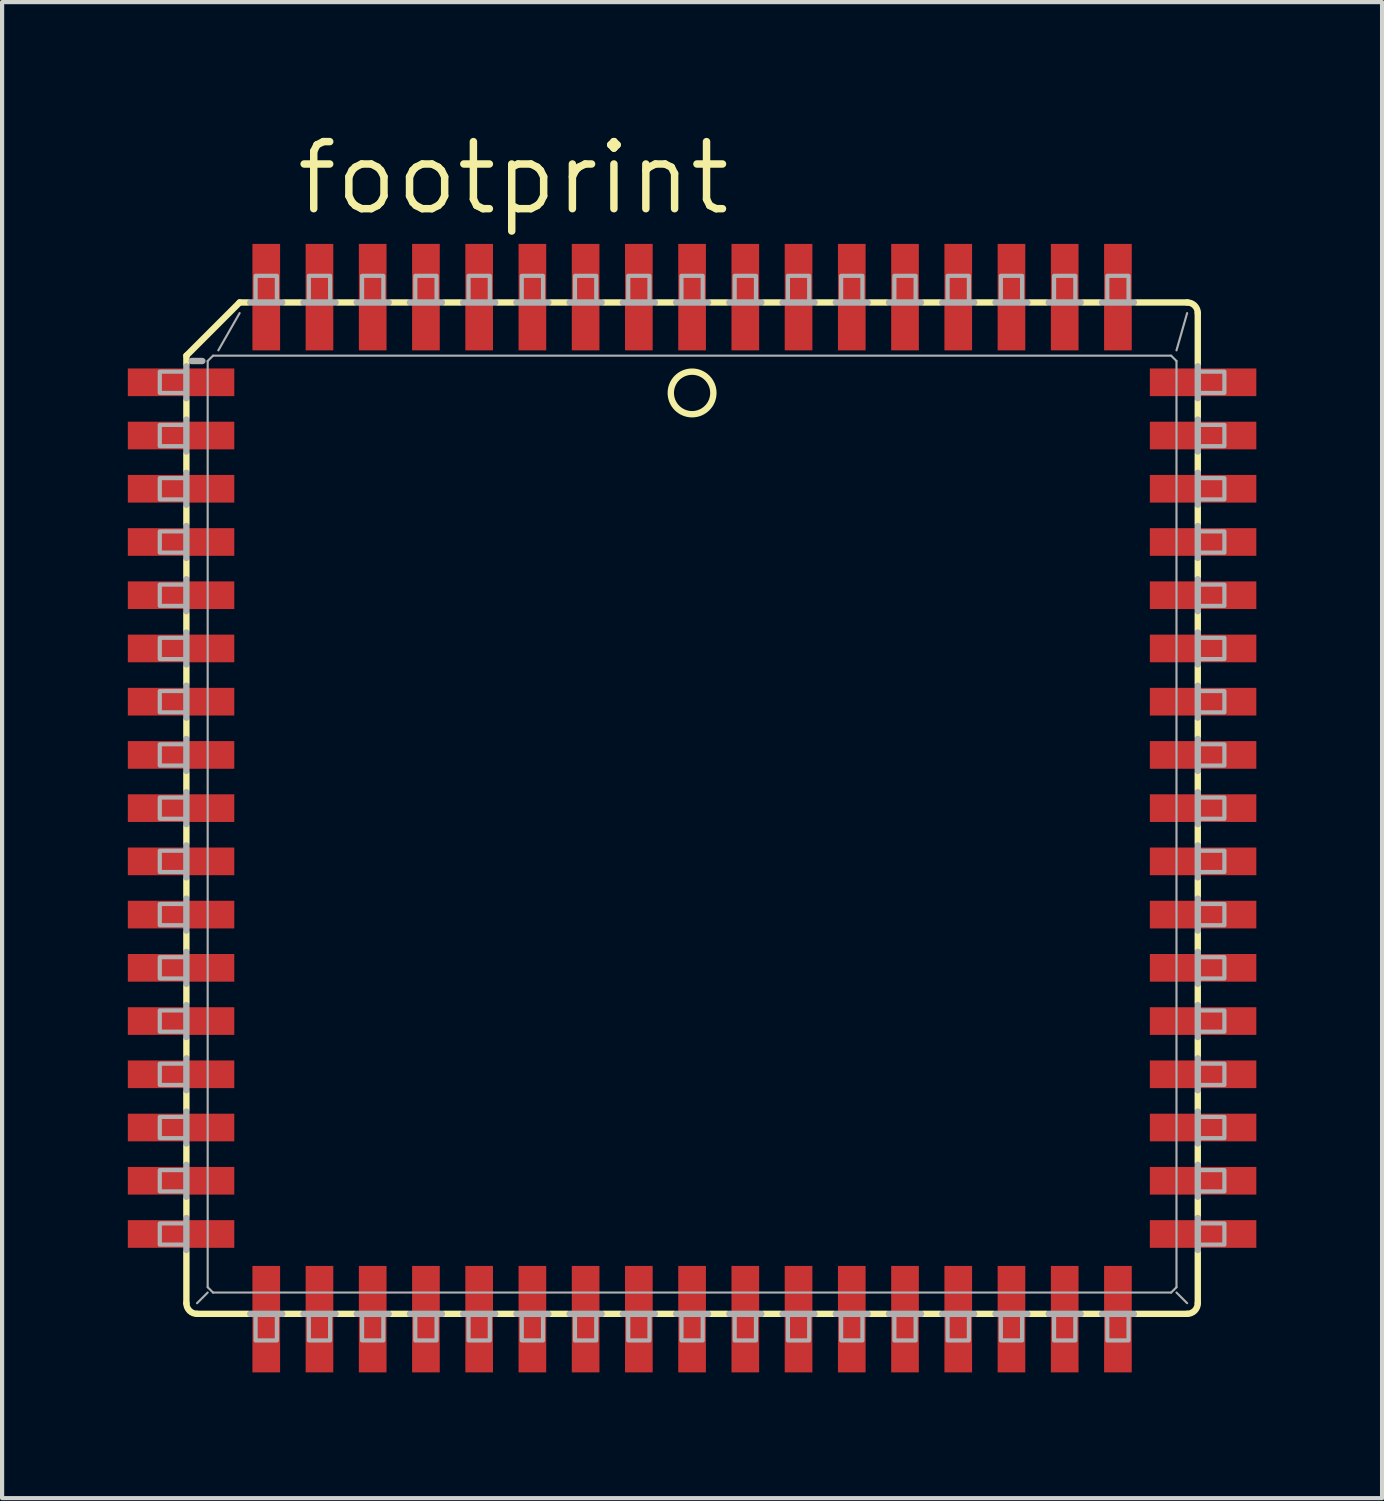
<source format=kicad_pcb>
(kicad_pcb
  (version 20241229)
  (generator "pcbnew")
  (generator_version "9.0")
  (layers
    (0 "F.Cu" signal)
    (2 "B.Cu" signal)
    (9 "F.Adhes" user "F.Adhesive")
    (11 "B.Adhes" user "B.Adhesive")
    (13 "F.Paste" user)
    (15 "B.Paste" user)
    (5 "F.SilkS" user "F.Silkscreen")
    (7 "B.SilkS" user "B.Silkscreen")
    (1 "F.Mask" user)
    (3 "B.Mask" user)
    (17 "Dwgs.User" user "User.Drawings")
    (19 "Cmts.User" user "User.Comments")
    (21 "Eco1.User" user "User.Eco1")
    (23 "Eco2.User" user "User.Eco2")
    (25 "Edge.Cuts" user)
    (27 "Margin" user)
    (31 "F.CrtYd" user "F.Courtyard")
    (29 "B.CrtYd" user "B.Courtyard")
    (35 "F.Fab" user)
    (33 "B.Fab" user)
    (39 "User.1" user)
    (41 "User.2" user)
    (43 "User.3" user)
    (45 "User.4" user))
  (footprint "footprint"
    (layer "F.Cu")
    (at 13.462 16.231)
    (property "Reference" "footprint" (at -9.525 -14.097 0) (layer "F.SilkS") (effects (font (size 1.6 1.6) (thickness 0.178)) (justify left bottom)))
    (fp_line (start -12.065 -10.795) (end -12.065 -10.592) (stroke (width 0.152) (type solid)) (layer "F.SilkS"))
    (fp_line (start -12.065 -10.795) (end -10.795 -12.065) (stroke (width 0.152) (type solid)) (layer "F.SilkS"))
    (fp_line (start -12.065 -9.728) (end -12.065 -9.322) (stroke (width 0.152) (type solid)) (layer "F.SilkS"))
    (fp_line (start -12.065 -8.458) (end -12.065 -8.052) (stroke (width 0.152) (type solid)) (layer "F.SilkS"))
    (fp_line (start -12.065 -7.188) (end -12.065 -6.782) (stroke (width 0.152) (type solid)) (layer "F.SilkS"))
    (fp_line (start -12.065 -5.918) (end -12.065 -5.512) (stroke (width 0.152) (type solid)) (layer "F.SilkS"))
    (fp_line (start -12.065 -4.648) (end -12.065 -4.242) (stroke (width 0.152) (type solid)) (layer "F.SilkS"))
    (fp_line (start -12.065 -3.378) (end -12.065 -2.972) (stroke (width 0.152) (type solid)) (layer "F.SilkS"))
    (fp_line (start -12.065 -1.702) (end -12.065 -2.108) (stroke (width 0.152) (type solid)) (layer "F.SilkS"))
    (fp_line (start -12.065 -0.838) (end -12.065 -0.432) (stroke (width 0.152) (type solid)) (layer "F.SilkS"))
    (fp_line (start -12.065 0.838) (end -12.065 0.432) (stroke (width 0.152) (type solid)) (layer "F.SilkS"))
    (fp_line (start -12.065 1.702) (end -12.065 2.108) (stroke (width 0.152) (type solid)) (layer "F.SilkS"))
    (fp_line (start -12.065 3.378) (end -12.065 2.972) (stroke (width 0.152) (type solid)) (layer "F.SilkS"))
    (fp_line (start -12.065 4.242) (end -12.065 4.648) (stroke (width 0.152) (type solid)) (layer "F.SilkS"))
    (fp_line (start -12.065 5.918) (end -12.065 5.512) (stroke (width 0.152) (type solid)) (layer "F.SilkS"))
    (fp_line (start -12.065 6.782) (end -12.065 7.188) (stroke (width 0.152) (type solid)) (layer "F.SilkS"))
    (fp_line (start -12.065 8.458) (end -12.065 8.052) (stroke (width 0.152) (type solid)) (layer "F.SilkS"))
    (fp_line (start -12.065 9.322) (end -12.065 9.728) (stroke (width 0.152) (type solid)) (layer "F.SilkS"))
    (fp_line (start -12.065 11.811) (end -12.065 10.592) (stroke (width 0.152) (type solid)) (layer "F.SilkS"))
    (fp_line (start -11.811 12.065) (end -10.592 12.065) (stroke (width 0.152) (type solid)) (layer "F.SilkS"))
    (fp_line (start -10.795 -12.065) (end -10.592 -12.065) (stroke (width 0.152) (type solid)) (layer "F.SilkS"))
    (fp_line (start -9.728 12.065) (end -9.322 12.065) (stroke (width 0.152) (type solid)) (layer "F.SilkS"))
    (fp_line (start -9.322 -12.065) (end -9.728 -12.065) (stroke (width 0.152) (type solid)) (layer "F.SilkS"))
    (fp_line (start -8.458 -12.065) (end -8.052 -12.065) (stroke (width 0.152) (type solid)) (layer "F.SilkS"))
    (fp_line (start -8.458 12.065) (end -8.052 12.065) (stroke (width 0.152) (type solid)) (layer "F.SilkS"))
    (fp_line (start -7.188 12.065) (end -6.782 12.065) (stroke (width 0.152) (type solid)) (layer "F.SilkS"))
    (fp_line (start -6.782 -12.065) (end -7.188 -12.065) (stroke (width 0.152) (type solid)) (layer "F.SilkS"))
    (fp_line (start -5.918 -12.065) (end -5.512 -12.065) (stroke (width 0.152) (type solid)) (layer "F.SilkS"))
    (fp_line (start -5.918 12.065) (end -5.512 12.065) (stroke (width 0.152) (type solid)) (layer "F.SilkS"))
    (fp_line (start -4.648 12.065) (end -4.242 12.065) (stroke (width 0.152) (type solid)) (layer "F.SilkS"))
    (fp_line (start -4.242 -12.065) (end -4.648 -12.065) (stroke (width 0.152) (type solid)) (layer "F.SilkS"))
    (fp_line (start -3.378 -12.065) (end -2.972 -12.065) (stroke (width 0.152) (type solid)) (layer "F.SilkS"))
    (fp_line (start -3.378 12.065) (end -2.972 12.065) (stroke (width 0.152) (type solid)) (layer "F.SilkS"))
    (fp_line (start -1.702 -12.065) (end -2.108 -12.065) (stroke (width 0.152) (type solid)) (layer "F.SilkS"))
    (fp_line (start -1.702 12.065) (end -2.108 12.065) (stroke (width 0.152) (type solid)) (layer "F.SilkS"))
    (fp_line (start -0.838 -12.065) (end -0.432 -12.065) (stroke (width 0.152) (type solid)) (layer "F.SilkS"))
    (fp_line (start -0.838 12.065) (end -0.432 12.065) (stroke (width 0.152) (type solid)) (layer "F.SilkS"))
    (fp_line (start 0.838 -12.065) (end 0.432 -12.065) (stroke (width 0.152) (type solid)) (layer "F.SilkS"))
    (fp_line (start 0.838 12.065) (end 0.432 12.065) (stroke (width 0.152) (type solid)) (layer "F.SilkS"))
    (fp_line (start 1.702 -12.065) (end 2.108 -12.065) (stroke (width 0.152) (type solid)) (layer "F.SilkS"))
    (fp_line (start 1.702 12.065) (end 2.108 12.065) (stroke (width 0.152) (type solid)) (layer "F.SilkS"))
    (fp_line (start 3.378 -12.065) (end 2.972 -12.065) (stroke (width 0.152) (type solid)) (layer "F.SilkS"))
    (fp_line (start 3.378 12.065) (end 2.972 12.065) (stroke (width 0.152) (type solid)) (layer "F.SilkS"))
    (fp_line (start 4.242 12.065) (end 4.648 12.065) (stroke (width 0.152) (type solid)) (layer "F.SilkS"))
    (fp_line (start 4.648 -12.065) (end 4.242 -12.065) (stroke (width 0.152) (type solid)) (layer "F.SilkS"))
    (fp_line (start 5.918 -12.065) (end 5.512 -12.065) (stroke (width 0.152) (type solid)) (layer "F.SilkS"))
    (fp_line (start 5.918 12.065) (end 5.512 12.065) (stroke (width 0.152) (type solid)) (layer "F.SilkS"))
    (fp_line (start 6.782 12.065) (end 7.188 12.065) (stroke (width 0.152) (type solid)) (layer "F.SilkS"))
    (fp_line (start 7.188 -12.065) (end 6.782 -12.065) (stroke (width 0.152) (type solid)) (layer "F.SilkS"))
    (fp_line (start 8.458 -12.065) (end 8.052 -12.065) (stroke (width 0.152) (type solid)) (layer "F.SilkS"))
    (fp_line (start 8.458 12.065) (end 8.052 12.065) (stroke (width 0.152) (type solid)) (layer "F.SilkS"))
    (fp_line (start 9.322 12.065) (end 9.728 12.065) (stroke (width 0.152) (type solid)) (layer "F.SilkS"))
    (fp_line (start 9.728 -12.065) (end 9.322 -12.065) (stroke (width 0.152) (type solid)) (layer "F.SilkS"))
    (fp_line (start 11.811 -12.065) (end 10.592 -12.065) (stroke (width 0.152) (type solid)) (layer "F.SilkS"))
    (fp_line (start 11.811 12.065) (end 10.592 12.065) (stroke (width 0.152) (type solid)) (layer "F.SilkS"))
    (fp_line (start 12.065 -11.811) (end 12.065 -10.592) (stroke (width 0.152) (type solid)) (layer "F.SilkS"))
    (fp_line (start 12.065 -9.322) (end 12.065 -9.728) (stroke (width 0.152) (type solid)) (layer "F.SilkS"))
    (fp_line (start 12.065 -8.458) (end 12.065 -8.052) (stroke (width 0.152) (type solid)) (layer "F.SilkS"))
    (fp_line (start 12.065 -6.782) (end 12.065 -7.188) (stroke (width 0.152) (type solid)) (layer "F.SilkS"))
    (fp_line (start 12.065 -5.918) (end 12.065 -5.512) (stroke (width 0.152) (type solid)) (layer "F.SilkS"))
    (fp_line (start 12.065 -4.242) (end 12.065 -4.648) (stroke (width 0.152) (type solid)) (layer "F.SilkS"))
    (fp_line (start 12.065 -3.378) (end 12.065 -2.972) (stroke (width 0.152) (type solid)) (layer "F.SilkS"))
    (fp_line (start 12.065 -1.702) (end 12.065 -2.108) (stroke (width 0.152) (type solid)) (layer "F.SilkS"))
    (fp_line (start 12.065 -0.838) (end 12.065 -0.432) (stroke (width 0.152) (type solid)) (layer "F.SilkS"))
    (fp_line (start 12.065 0.838) (end 12.065 0.432) (stroke (width 0.152) (type solid)) (layer "F.SilkS"))
    (fp_line (start 12.065 1.702) (end 12.065 2.108) (stroke (width 0.152) (type solid)) (layer "F.SilkS"))
    (fp_line (start 12.065 3.378) (end 12.065 2.972) (stroke (width 0.152) (type solid)) (layer "F.SilkS"))
    (fp_line (start 12.065 4.648) (end 12.065 4.242) (stroke (width 0.152) (type solid)) (layer "F.SilkS"))
    (fp_line (start 12.065 5.918) (end 12.065 5.512) (stroke (width 0.152) (type solid)) (layer "F.SilkS"))
    (fp_line (start 12.065 7.188) (end 12.065 6.782) (stroke (width 0.152) (type solid)) (layer "F.SilkS"))
    (fp_line (start 12.065 8.458) (end 12.065 8.052) (stroke (width 0.152) (type solid)) (layer "F.SilkS"))
    (fp_line (start 12.065 9.728) (end 12.065 9.322) (stroke (width 0.152) (type solid)) (layer "F.SilkS"))
    (fp_line (start 12.065 11.811) (end 12.065 10.592) (stroke (width 0.152) (type solid)) (layer "F.SilkS"))
    (fp_arc (start -11.811 12.065) (mid -11.990605 11.990605) (end -12.065 11.811) (stroke (width 0.1524) (type solid)) (layer "F.SilkS"))
    (fp_arc (start 11.811 -12.065) (mid 11.990605 -11.990605) (end 12.065 -11.811) (stroke (width 0.1524) (type solid)) (layer "F.SilkS"))
    (fp_arc (start 12.065 11.811) (mid 11.990605 11.990605) (end 11.811 12.065) (stroke (width 0.1524) (type solid)) (layer "F.SilkS"))
    (fp_circle (center 0 -9.906) (end 0.508 -9.906) (stroke (width 0.152) (type solid)) (fill no) (layer "F.SilkS"))
    (fp_line (start -12.065 -10.541) (end -12.065 -9.779) (stroke (width 0.152) (type solid)) (layer "F.Fab"))
    (fp_line (start -12.065 -9.271) (end -12.065 -8.509) (stroke (width 0.152) (type solid)) (layer "F.Fab"))
    (fp_line (start -12.065 -8.001) (end -12.065 -7.239) (stroke (width 0.152) (type solid)) (layer "F.Fab"))
    (fp_line (start -12.065 -6.731) (end -12.065 -5.969) (stroke (width 0.152) (type solid)) (layer "F.Fab"))
    (fp_line (start -12.065 -5.461) (end -12.065 -4.699) (stroke (width 0.152) (type solid)) (layer "F.Fab"))
    (fp_line (start -12.065 -4.191) (end -12.065 -3.429) (stroke (width 0.152) (type solid)) (layer "F.Fab"))
    (fp_line (start -12.065 -2.921) (end -12.065 -2.159) (stroke (width 0.152) (type solid)) (layer "F.Fab"))
    (fp_line (start -12.065 -1.651) (end -12.065 -0.889) (stroke (width 0.152) (type solid)) (layer "F.Fab"))
    (fp_line (start -12.065 -0.381) (end -12.065 0.381) (stroke (width 0.152) (type solid)) (layer "F.Fab"))
    (fp_line (start -12.065 0.889) (end -12.065 1.651) (stroke (width 0.152) (type solid)) (layer "F.Fab"))
    (fp_line (start -12.065 2.159) (end -12.065 2.921) (stroke (width 0.152) (type solid)) (layer "F.Fab"))
    (fp_line (start -12.065 3.429) (end -12.065 4.191) (stroke (width 0.152) (type solid)) (layer "F.Fab"))
    (fp_line (start -12.065 4.699) (end -12.065 5.461) (stroke (width 0.152) (type solid)) (layer "F.Fab"))
    (fp_line (start -12.065 5.969) (end -12.065 6.731) (stroke (width 0.152) (type solid)) (layer "F.Fab"))
    (fp_line (start -12.065 7.239) (end -12.065 8.001) (stroke (width 0.152) (type solid)) (layer "F.Fab"))
    (fp_line (start -12.065 8.509) (end -12.065 9.271) (stroke (width 0.152) (type solid)) (layer "F.Fab"))
    (fp_line (start -12.065 9.779) (end -12.065 10.541) (stroke (width 0.152) (type solid)) (layer "F.Fab"))
    (fp_line (start -11.684 -10.668) (end -11.938 -10.668) (stroke (width 0.152) (type solid)) (layer "F.Fab"))
    (fp_line (start -11.557 11.43) (end -11.557 -10.668) (stroke (width 0.051) (type solid)) (layer "F.Fab"))
    (fp_line (start -11.557 11.43) (end -11.43 11.557) (stroke (width 0.051) (type solid)) (layer "F.Fab"))
    (fp_line (start -11.557 11.557) (end -11.811 11.811) (stroke (width 0.051) (type solid)) (layer "F.Fab"))
    (fp_line (start -11.43 -10.795) (end -11.557 -10.668) (stroke (width 0.051) (type solid)) (layer "F.Fab"))
    (fp_line (start -11.43 -10.795) (end 11.43 -10.795) (stroke (width 0.051) (type solid)) (layer "F.Fab"))
    (fp_line (start -11.303 -10.922) (end -10.795 -11.811) (stroke (width 0.051) (type solid)) (layer "F.Fab"))
    (fp_line (start -10.541 12.065) (end -9.779 12.065) (stroke (width 0.152) (type solid)) (layer "F.Fab"))
    (fp_line (start -9.779 -12.065) (end -10.541 -12.065) (stroke (width 0.152) (type solid)) (layer "F.Fab"))
    (fp_line (start -9.271 12.065) (end -8.509 12.065) (stroke (width 0.152) (type solid)) (layer "F.Fab"))
    (fp_line (start -8.509 -12.065) (end -9.271 -12.065) (stroke (width 0.152) (type solid)) (layer "F.Fab"))
    (fp_line (start -8.001 12.065) (end -7.239 12.065) (stroke (width 0.152) (type solid)) (layer "F.Fab"))
    (fp_line (start -7.239 -12.065) (end -8.001 -12.065) (stroke (width 0.152) (type solid)) (layer "F.Fab"))
    (fp_line (start -6.731 12.065) (end -5.969 12.065) (stroke (width 0.152) (type solid)) (layer "F.Fab"))
    (fp_line (start -5.969 -12.065) (end -6.731 -12.065) (stroke (width 0.152) (type solid)) (layer "F.Fab"))
    (fp_line (start -5.461 12.065) (end -4.699 12.065) (stroke (width 0.152) (type solid)) (layer "F.Fab"))
    (fp_line (start -4.699 -12.065) (end -5.461 -12.065) (stroke (width 0.152) (type solid)) (layer "F.Fab"))
    (fp_line (start -4.191 12.065) (end -3.429 12.065) (stroke (width 0.152) (type solid)) (layer "F.Fab"))
    (fp_line (start -3.429 -12.065) (end -4.191 -12.065) (stroke (width 0.152) (type solid)) (layer "F.Fab"))
    (fp_line (start -2.921 12.065) (end -2.159 12.065) (stroke (width 0.152) (type solid)) (layer "F.Fab"))
    (fp_line (start -2.159 -12.065) (end -2.921 -12.065) (stroke (width 0.152) (type solid)) (layer "F.Fab"))
    (fp_line (start -1.651 12.065) (end -0.889 12.065) (stroke (width 0.152) (type solid)) (layer "F.Fab"))
    (fp_line (start -0.889 -12.065) (end -1.651 -12.065) (stroke (width 0.152) (type solid)) (layer "F.Fab"))
    (fp_line (start -0.381 12.065) (end 0.381 12.065) (stroke (width 0.152) (type solid)) (layer "F.Fab"))
    (fp_line (start 0.381 -12.065) (end -0.381 -12.065) (stroke (width 0.152) (type solid)) (layer "F.Fab"))
    (fp_line (start 0.889 12.065) (end 1.651 12.065) (stroke (width 0.152) (type solid)) (layer "F.Fab"))
    (fp_line (start 1.651 -12.065) (end 0.889 -12.065) (stroke (width 0.152) (type solid)) (layer "F.Fab"))
    (fp_line (start 2.159 12.065) (end 2.921 12.065) (stroke (width 0.152) (type solid)) (layer "F.Fab"))
    (fp_line (start 2.921 -12.065) (end 2.159 -12.065) (stroke (width 0.152) (type solid)) (layer "F.Fab"))
    (fp_line (start 3.429 12.065) (end 4.191 12.065) (stroke (width 0.152) (type solid)) (layer "F.Fab"))
    (fp_line (start 4.191 -12.065) (end 3.429 -12.065) (stroke (width 0.152) (type solid)) (layer "F.Fab"))
    (fp_line (start 4.699 12.065) (end 5.461 12.065) (stroke (width 0.152) (type solid)) (layer "F.Fab"))
    (fp_line (start 5.461 -12.065) (end 4.699 -12.065) (stroke (width 0.152) (type solid)) (layer "F.Fab"))
    (fp_line (start 5.969 12.065) (end 6.731 12.065) (stroke (width 0.152) (type solid)) (layer "F.Fab"))
    (fp_line (start 6.731 -12.065) (end 5.969 -12.065) (stroke (width 0.152) (type solid)) (layer "F.Fab"))
    (fp_line (start 7.239 12.065) (end 8.001 12.065) (stroke (width 0.152) (type solid)) (layer "F.Fab"))
    (fp_line (start 8.001 -12.065) (end 7.239 -12.065) (stroke (width 0.152) (type solid)) (layer "F.Fab"))
    (fp_line (start 8.509 12.065) (end 9.271 12.065) (stroke (width 0.152) (type solid)) (layer "F.Fab"))
    (fp_line (start 9.271 -12.065) (end 8.509 -12.065) (stroke (width 0.152) (type solid)) (layer "F.Fab"))
    (fp_line (start 9.779 12.065) (end 10.541 12.065) (stroke (width 0.152) (type solid)) (layer "F.Fab"))
    (fp_line (start 10.541 -12.065) (end 9.779 -12.065) (stroke (width 0.152) (type solid)) (layer "F.Fab"))
    (fp_line (start 11.43 11.557) (end -11.43 11.557) (stroke (width 0.051) (type solid)) (layer "F.Fab"))
    (fp_line (start 11.43 11.557) (end 11.557 11.43) (stroke (width 0.051) (type solid)) (layer "F.Fab"))
    (fp_line (start 11.557 -10.668) (end 11.43 -10.795) (stroke (width 0.051) (type solid)) (layer "F.Fab"))
    (fp_line (start 11.557 -10.668) (end 11.557 11.43) (stroke (width 0.051) (type solid)) (layer "F.Fab"))
    (fp_line (start 11.557 11.557) (end 11.811 11.811) (stroke (width 0.051) (type solid)) (layer "F.Fab"))
    (fp_line (start 11.811 -11.811) (end 11.557 -10.922) (stroke (width 0.051) (type solid)) (layer "F.Fab"))
    (fp_line (start 12.065 -9.779) (end 12.065 -10.541) (stroke (width 0.152) (type solid)) (layer "F.Fab"))
    (fp_line (start 12.065 -8.509) (end 12.065 -9.271) (stroke (width 0.152) (type solid)) (layer "F.Fab"))
    (fp_line (start 12.065 -7.239) (end 12.065 -8.001) (stroke (width 0.152) (type solid)) (layer "F.Fab"))
    (fp_line (start 12.065 -5.969) (end 12.065 -6.731) (stroke (width 0.152) (type solid)) (layer "F.Fab"))
    (fp_line (start 12.065 -4.699) (end 12.065 -5.461) (stroke (width 0.152) (type solid)) (layer "F.Fab"))
    (fp_line (start 12.065 -3.429) (end 12.065 -4.191) (stroke (width 0.152) (type solid)) (layer "F.Fab"))
    (fp_line (start 12.065 -2.159) (end 12.065 -2.921) (stroke (width 0.152) (type solid)) (layer "F.Fab"))
    (fp_line (start 12.065 -0.889) (end 12.065 -1.651) (stroke (width 0.152) (type solid)) (layer "F.Fab"))
    (fp_line (start 12.065 0.381) (end 12.065 -0.381) (stroke (width 0.152) (type solid)) (layer "F.Fab"))
    (fp_line (start 12.065 1.651) (end 12.065 0.889) (stroke (width 0.152) (type solid)) (layer "F.Fab"))
    (fp_line (start 12.065 2.921) (end 12.065 2.159) (stroke (width 0.152) (type solid)) (layer "F.Fab"))
    (fp_line (start 12.065 4.191) (end 12.065 3.429) (stroke (width 0.152) (type solid)) (layer "F.Fab"))
    (fp_line (start 12.065 5.461) (end 12.065 4.699) (stroke (width 0.152) (type solid)) (layer "F.Fab"))
    (fp_line (start 12.065 6.731) (end 12.065 5.969) (stroke (width 0.152) (type solid)) (layer "F.Fab"))
    (fp_line (start 12.065 8.001) (end 12.065 7.239) (stroke (width 0.152) (type solid)) (layer "F.Fab"))
    (fp_line (start 12.065 9.271) (end 12.065 8.509) (stroke (width 0.152) (type solid)) (layer "F.Fab"))
    (fp_line (start 12.065 10.541) (end 12.065 9.779) (stroke (width 0.152) (type solid)) (layer "F.Fab"))
    (fp_poly (pts (xy -12.7 -9.906) (xy -12.065 -9.906) (xy -12.065 -10.414) (xy -12.7 -10.414)) (stroke (width 0.1) (type solid)) (fill no) (layer "F.Fab"))
    (fp_poly (pts (xy -12.7 -8.636) (xy -12.065 -8.636) (xy -12.065 -9.144) (xy -12.7 -9.144)) (stroke (width 0.1) (type solid)) (fill no) (layer "F.Fab"))
    (fp_poly (pts (xy -12.7 -7.366) (xy -12.065 -7.366) (xy -12.065 -7.874) (xy -12.7 -7.874)) (stroke (width 0.1) (type solid)) (fill no) (layer "F.Fab"))
    (fp_poly (pts (xy -12.7 -6.096) (xy -12.065 -6.096) (xy -12.065 -6.604) (xy -12.7 -6.604)) (stroke (width 0.1) (type solid)) (fill no) (layer "F.Fab"))
    (fp_poly (pts (xy -12.7 -4.826) (xy -12.065 -4.826) (xy -12.065 -5.334) (xy -12.7 -5.334)) (stroke (width 0.1) (type solid)) (fill no) (layer "F.Fab"))
    (fp_poly (pts (xy -12.7 -3.556) (xy -12.065 -3.556) (xy -12.065 -4.064) (xy -12.7 -4.064)) (stroke (width 0.1) (type solid)) (fill no) (layer "F.Fab"))
    (fp_poly (pts (xy -12.7 -2.286) (xy -12.065 -2.286) (xy -12.065 -2.794) (xy -12.7 -2.794)) (stroke (width 0.1) (type solid)) (fill no) (layer "F.Fab"))
    (fp_poly (pts (xy -12.7 -1.016) (xy -12.065 -1.016) (xy -12.065 -1.524) (xy -12.7 -1.524)) (stroke (width 0.1) (type solid)) (fill no) (layer "F.Fab"))
    (fp_poly (pts (xy -12.7 0.254) (xy -12.065 0.254) (xy -12.065 -0.254) (xy -12.7 -0.254)) (stroke (width 0.1) (type solid)) (fill no) (layer "F.Fab"))
    (fp_poly (pts (xy -12.7 1.524) (xy -12.065 1.524) (xy -12.065 1.016) (xy -12.7 1.016)) (stroke (width 0.1) (type solid)) (fill no) (layer "F.Fab"))
    (fp_poly (pts (xy -12.7 2.794) (xy -12.065 2.794) (xy -12.065 2.286) (xy -12.7 2.286)) (stroke (width 0.1) (type solid)) (fill no) (layer "F.Fab"))
    (fp_poly (pts (xy -12.7 4.064) (xy -12.065 4.064) (xy -12.065 3.556) (xy -12.7 3.556)) (stroke (width 0.1) (type solid)) (fill no) (layer "F.Fab"))
    (fp_poly (pts (xy -12.7 5.334) (xy -12.065 5.334) (xy -12.065 4.826) (xy -12.7 4.826)) (stroke (width 0.1) (type solid)) (fill no) (layer "F.Fab"))
    (fp_poly (pts (xy -12.7 6.604) (xy -12.065 6.604) (xy -12.065 6.096) (xy -12.7 6.096)) (stroke (width 0.1) (type solid)) (fill no) (layer "F.Fab"))
    (fp_poly (pts (xy -12.7 7.874) (xy -12.065 7.874) (xy -12.065 7.366) (xy -12.7 7.366)) (stroke (width 0.1) (type solid)) (fill no) (layer "F.Fab"))
    (fp_poly (pts (xy -12.7 9.144) (xy -12.065 9.144) (xy -12.065 8.636) (xy -12.7 8.636)) (stroke (width 0.1) (type solid)) (fill no) (layer "F.Fab"))
    (fp_poly (pts (xy -12.7 10.414) (xy -12.065 10.414) (xy -12.065 9.906) (xy -12.7 9.906)) (stroke (width 0.1) (type solid)) (fill no) (layer "F.Fab"))
    (fp_poly (pts (xy -10.414 -12.065) (xy -9.906 -12.065) (xy -9.906 -12.7) (xy -10.414 -12.7)) (stroke (width 0.1) (type solid)) (fill no) (layer "F.Fab"))
    (fp_poly (pts (xy -10.414 12.7) (xy -9.906 12.7) (xy -9.906 12.065) (xy -10.414 12.065)) (stroke (width 0.1) (type solid)) (fill no) (layer "F.Fab"))
    (fp_poly (pts (xy -9.144 -12.065) (xy -8.636 -12.065) (xy -8.636 -12.7) (xy -9.144 -12.7)) (stroke (width 0.1) (type solid)) (fill no) (layer "F.Fab"))
    (fp_poly (pts (xy -9.144 12.7) (xy -8.636 12.7) (xy -8.636 12.065) (xy -9.144 12.065)) (stroke (width 0.1) (type solid)) (fill no) (layer "F.Fab"))
    (fp_poly (pts (xy -7.874 -12.065) (xy -7.366 -12.065) (xy -7.366 -12.7) (xy -7.874 -12.7)) (stroke (width 0.1) (type solid)) (fill no) (layer "F.Fab"))
    (fp_poly (pts (xy -7.874 12.7) (xy -7.366 12.7) (xy -7.366 12.065) (xy -7.874 12.065)) (stroke (width 0.1) (type solid)) (fill no) (layer "F.Fab"))
    (fp_poly (pts (xy -6.604 -12.065) (xy -6.096 -12.065) (xy -6.096 -12.7) (xy -6.604 -12.7)) (stroke (width 0.1) (type solid)) (fill no) (layer "F.Fab"))
    (fp_poly (pts (xy -6.604 12.7) (xy -6.096 12.7) (xy -6.096 12.065) (xy -6.604 12.065)) (stroke (width 0.1) (type solid)) (fill no) (layer "F.Fab"))
    (fp_poly (pts (xy -5.334 -12.065) (xy -4.826 -12.065) (xy -4.826 -12.7) (xy -5.334 -12.7)) (stroke (width 0.1) (type solid)) (fill no) (layer "F.Fab"))
    (fp_poly (pts (xy -5.334 12.7) (xy -4.826 12.7) (xy -4.826 12.065) (xy -5.334 12.065)) (stroke (width 0.1) (type solid)) (fill no) (layer "F.Fab"))
    (fp_poly (pts (xy -4.064 -12.065) (xy -3.556 -12.065) (xy -3.556 -12.7) (xy -4.064 -12.7)) (stroke (width 0.1) (type solid)) (fill no) (layer "F.Fab"))
    (fp_poly (pts (xy -4.064 12.7) (xy -3.556 12.7) (xy -3.556 12.065) (xy -4.064 12.065)) (stroke (width 0.1) (type solid)) (fill no) (layer "F.Fab"))
    (fp_poly (pts (xy -2.794 -12.065) (xy -2.286 -12.065) (xy -2.286 -12.7) (xy -2.794 -12.7)) (stroke (width 0.1) (type solid)) (fill no) (layer "F.Fab"))
    (fp_poly (pts (xy -2.794 12.7) (xy -2.286 12.7) (xy -2.286 12.065) (xy -2.794 12.065)) (stroke (width 0.1) (type solid)) (fill no) (layer "F.Fab"))
    (fp_poly (pts (xy -1.524 -12.065) (xy -1.016 -12.065) (xy -1.016 -12.7) (xy -1.524 -12.7)) (stroke (width 0.1) (type solid)) (fill no) (layer "F.Fab"))
    (fp_poly (pts (xy -1.524 12.7) (xy -1.016 12.7) (xy -1.016 12.065) (xy -1.524 12.065)) (stroke (width 0.1) (type solid)) (fill no) (layer "F.Fab"))
    (fp_poly (pts (xy -0.254 -12.065) (xy 0.254 -12.065) (xy 0.254 -12.7) (xy -0.254 -12.7)) (stroke (width 0.1) (type solid)) (fill no) (layer "F.Fab"))
    (fp_poly (pts (xy -0.254 12.7) (xy 0.254 12.7) (xy 0.254 12.065) (xy -0.254 12.065)) (stroke (width 0.1) (type solid)) (fill no) (layer "F.Fab"))
    (fp_poly (pts (xy 1.016 -12.065) (xy 1.524 -12.065) (xy 1.524 -12.7) (xy 1.016 -12.7)) (stroke (width 0.1) (type solid)) (fill no) (layer "F.Fab"))
    (fp_poly (pts (xy 1.016 12.7) (xy 1.524 12.7) (xy 1.524 12.065) (xy 1.016 12.065)) (stroke (width 0.1) (type solid)) (fill no) (layer "F.Fab"))
    (fp_poly (pts (xy 2.286 -12.065) (xy 2.794 -12.065) (xy 2.794 -12.7) (xy 2.286 -12.7)) (stroke (width 0.1) (type solid)) (fill no) (layer "F.Fab"))
    (fp_poly (pts (xy 2.286 12.7) (xy 2.794 12.7) (xy 2.794 12.065) (xy 2.286 12.065)) (stroke (width 0.1) (type solid)) (fill no) (layer "F.Fab"))
    (fp_poly (pts (xy 3.556 -12.065) (xy 4.064 -12.065) (xy 4.064 -12.7) (xy 3.556 -12.7)) (stroke (width 0.1) (type solid)) (fill no) (layer "F.Fab"))
    (fp_poly (pts (xy 3.556 12.7) (xy 4.064 12.7) (xy 4.064 12.065) (xy 3.556 12.065)) (stroke (width 0.1) (type solid)) (fill no) (layer "F.Fab"))
    (fp_poly (pts (xy 4.826 -12.065) (xy 5.334 -12.065) (xy 5.334 -12.7) (xy 4.826 -12.7)) (stroke (width 0.1) (type solid)) (fill no) (layer "F.Fab"))
    (fp_poly (pts (xy 4.826 12.7) (xy 5.334 12.7) (xy 5.334 12.065) (xy 4.826 12.065)) (stroke (width 0.1) (type solid)) (fill no) (layer "F.Fab"))
    (fp_poly (pts (xy 6.096 -12.065) (xy 6.604 -12.065) (xy 6.604 -12.7) (xy 6.096 -12.7)) (stroke (width 0.1) (type solid)) (fill no) (layer "F.Fab"))
    (fp_poly (pts (xy 6.096 12.7) (xy 6.604 12.7) (xy 6.604 12.065) (xy 6.096 12.065)) (stroke (width 0.1) (type solid)) (fill no) (layer "F.Fab"))
    (fp_poly (pts (xy 7.366 -12.065) (xy 7.874 -12.065) (xy 7.874 -12.7) (xy 7.366 -12.7)) (stroke (width 0.1) (type solid)) (fill no) (layer "F.Fab"))
    (fp_poly (pts (xy 7.366 12.7) (xy 7.874 12.7) (xy 7.874 12.065) (xy 7.366 12.065)) (stroke (width 0.1) (type solid)) (fill no) (layer "F.Fab"))
    (fp_poly (pts (xy 8.636 -12.065) (xy 9.144 -12.065) (xy 9.144 -12.7) (xy 8.636 -12.7)) (stroke (width 0.1) (type solid)) (fill no) (layer "F.Fab"))
    (fp_poly (pts (xy 8.636 12.7) (xy 9.144 12.7) (xy 9.144 12.065) (xy 8.636 12.065)) (stroke (width 0.1) (type solid)) (fill no) (layer "F.Fab"))
    (fp_poly (pts (xy 9.906 -12.065) (xy 10.414 -12.065) (xy 10.414 -12.7) (xy 9.906 -12.7)) (stroke (width 0.1) (type solid)) (fill no) (layer "F.Fab"))
    (fp_poly (pts (xy 9.906 12.7) (xy 10.414 12.7) (xy 10.414 12.065) (xy 9.906 12.065)) (stroke (width 0.1) (type solid)) (fill no) (layer "F.Fab"))
    (fp_poly (pts (xy 12.065 -9.906) (xy 12.7 -9.906) (xy 12.7 -10.414) (xy 12.065 -10.414)) (stroke (width 0.1) (type solid)) (fill no) (layer "F.Fab"))
    (fp_poly (pts (xy 12.065 -8.636) (xy 12.7 -8.636) (xy 12.7 -9.144) (xy 12.065 -9.144)) (stroke (width 0.1) (type solid)) (fill no) (layer "F.Fab"))
    (fp_poly (pts (xy 12.065 -7.366) (xy 12.7 -7.366) (xy 12.7 -7.874) (xy 12.065 -7.874)) (stroke (width 0.1) (type solid)) (fill no) (layer "F.Fab"))
    (fp_poly (pts (xy 12.065 -6.096) (xy 12.7 -6.096) (xy 12.7 -6.604) (xy 12.065 -6.604)) (stroke (width 0.1) (type solid)) (fill no) (layer "F.Fab"))
    (fp_poly (pts (xy 12.065 -4.826) (xy 12.7 -4.826) (xy 12.7 -5.334) (xy 12.065 -5.334)) (stroke (width 0.1) (type solid)) (fill no) (layer "F.Fab"))
    (fp_poly (pts (xy 12.065 -3.556) (xy 12.7 -3.556) (xy 12.7 -4.064) (xy 12.065 -4.064)) (stroke (width 0.1) (type solid)) (fill no) (layer "F.Fab"))
    (fp_poly (pts (xy 12.065 -2.286) (xy 12.7 -2.286) (xy 12.7 -2.794) (xy 12.065 -2.794)) (stroke (width 0.1) (type solid)) (fill no) (layer "F.Fab"))
    (fp_poly (pts (xy 12.065 -1.016) (xy 12.7 -1.016) (xy 12.7 -1.524) (xy 12.065 -1.524)) (stroke (width 0.1) (type solid)) (fill no) (layer "F.Fab"))
    (fp_poly (pts (xy 12.065 0.254) (xy 12.7 0.254) (xy 12.7 -0.254) (xy 12.065 -0.254)) (stroke (width 0.1) (type solid)) (fill no) (layer "F.Fab"))
    (fp_poly (pts (xy 12.065 1.524) (xy 12.7 1.524) (xy 12.7 1.016) (xy 12.065 1.016)) (stroke (width 0.1) (type solid)) (fill no) (layer "F.Fab"))
    (fp_poly (pts (xy 12.065 2.794) (xy 12.7 2.794) (xy 12.7 2.286) (xy 12.065 2.286)) (stroke (width 0.1) (type solid)) (fill no) (layer "F.Fab"))
    (fp_poly (pts (xy 12.065 4.064) (xy 12.7 4.064) (xy 12.7 3.556) (xy 12.065 3.556)) (stroke (width 0.1) (type solid)) (fill no) (layer "F.Fab"))
    (fp_poly (pts (xy 12.065 5.334) (xy 12.7 5.334) (xy 12.7 4.826) (xy 12.065 4.826)) (stroke (width 0.1) (type solid)) (fill no) (layer "F.Fab"))
    (fp_poly (pts (xy 12.065 6.604) (xy 12.7 6.604) (xy 12.7 6.096) (xy 12.065 6.096)) (stroke (width 0.1) (type solid)) (fill no) (layer "F.Fab"))
    (fp_poly (pts (xy 12.065 7.874) (xy 12.7 7.874) (xy 12.7 7.366) (xy 12.065 7.366)) (stroke (width 0.1) (type solid)) (fill no) (layer "F.Fab"))
    (fp_poly (pts (xy 12.065 9.144) (xy 12.7 9.144) (xy 12.7 8.636) (xy 12.065 8.636)) (stroke (width 0.1) (type solid)) (fill no) (layer "F.Fab"))
    (fp_poly (pts (xy 12.065 10.414) (xy 12.7 10.414) (xy 12.7 9.906) (xy 12.065 9.906)) (stroke (width 0.1) (type solid)) (fill no) (layer "F.Fab"))
    (pad "1" smd rect (at 0 -12.192) (size 0.66 2.54) (layers "F.Cu" "F.Mask" "F.Paste"))
    (pad "2" smd rect (at -1.27 -12.192) (size 0.66 2.54) (layers "F.Cu" "F.Mask" "F.Paste"))
    (pad "3" smd rect (at -2.54 -12.192) (size 0.66 2.54) (layers "F.Cu" "F.Mask" "F.Paste"))
    (pad "4" smd rect (at -3.81 -12.192) (size 0.66 2.54) (layers "F.Cu" "F.Mask" "F.Paste"))
    (pad "5" smd rect (at -5.08 -12.192) (size 0.66 2.54) (layers "F.Cu" "F.Mask" "F.Paste"))
    (pad "6" smd rect (at -6.35 -12.192) (size 0.66 2.54) (layers "F.Cu" "F.Mask" "F.Paste"))
    (pad "7" smd rect (at -7.62 -12.192) (size 0.66 2.54) (layers "F.Cu" "F.Mask" "F.Paste"))
    (pad "8" smd rect (at -8.89 -12.192) (size 0.66 2.54) (layers "F.Cu" "F.Mask" "F.Paste"))
    (pad "9" smd rect (at -10.16 -12.192) (size 0.66 2.54) (layers "F.Cu" "F.Mask" "F.Paste"))
    (pad "10" smd rect (at -12.192 -10.16) (size 2.54 0.66) (layers "F.Cu" "F.Mask" "F.Paste"))
    (pad "11" smd rect (at -12.192 -8.89) (size 2.54 0.66) (layers "F.Cu" "F.Mask" "F.Paste"))
    (pad "12" smd rect (at -12.192 -7.62) (size 2.54 0.66) (layers "F.Cu" "F.Mask" "F.Paste"))
    (pad "13" smd rect (at -12.192 -6.35) (size 2.54 0.66) (layers "F.Cu" "F.Mask" "F.Paste"))
    (pad "14" smd rect (at -12.192 -5.08) (size 2.54 0.66) (layers "F.Cu" "F.Mask" "F.Paste"))
    (pad "15" smd rect (at -12.192 -3.81) (size 2.54 0.66) (layers "F.Cu" "F.Mask" "F.Paste"))
    (pad "16" smd rect (at -12.192 -2.54) (size 2.54 0.66) (layers "F.Cu" "F.Mask" "F.Paste"))
    (pad "17" smd rect (at -12.192 -1.27) (size 2.54 0.66) (layers "F.Cu" "F.Mask" "F.Paste"))
    (pad "18" smd rect (at -12.192 0) (size 2.54 0.66) (layers "F.Cu" "F.Mask" "F.Paste"))
    (pad "19" smd rect (at -12.192 1.27) (size 2.54 0.66) (layers "F.Cu" "F.Mask" "F.Paste"))
    (pad "20" smd rect (at -12.192 2.54) (size 2.54 0.66) (layers "F.Cu" "F.Mask" "F.Paste"))
    (pad "21" smd rect (at -12.192 3.81) (size 2.54 0.66) (layers "F.Cu" "F.Mask" "F.Paste"))
    (pad "22" smd rect (at -12.192 5.08) (size 2.54 0.66) (layers "F.Cu" "F.Mask" "F.Paste"))
    (pad "23" smd rect (at -12.192 6.35) (size 2.54 0.66) (layers "F.Cu" "F.Mask" "F.Paste"))
    (pad "24" smd rect (at -12.192 7.62) (size 2.54 0.66) (layers "F.Cu" "F.Mask" "F.Paste"))
    (pad "25" smd rect (at -12.192 8.89) (size 2.54 0.66) (layers "F.Cu" "F.Mask" "F.Paste"))
    (pad "26" smd rect (at -12.192 10.16) (size 2.54 0.66) (layers "F.Cu" "F.Mask" "F.Paste"))
    (pad "27" smd rect (at -10.16 12.192) (size 0.66 2.54) (layers "F.Cu" "F.Mask" "F.Paste"))
    (pad "28" smd rect (at -8.89 12.192) (size 0.66 2.54) (layers "F.Cu" "F.Mask" "F.Paste"))
    (pad "29" smd rect (at -7.62 12.192) (size 0.66 2.54) (layers "F.Cu" "F.Mask" "F.Paste"))
    (pad "30" smd rect (at -6.35 12.192) (size 0.66 2.54) (layers "F.Cu" "F.Mask" "F.Paste"))
    (pad "31" smd rect (at -5.08 12.192) (size 0.66 2.54) (layers "F.Cu" "F.Mask" "F.Paste"))
    (pad "32" smd rect (at -3.81 12.192) (size 0.66 2.54) (layers "F.Cu" "F.Mask" "F.Paste"))
    (pad "33" smd rect (at -2.54 12.192) (size 0.66 2.54) (layers "F.Cu" "F.Mask" "F.Paste"))
    (pad "34" smd rect (at -1.27 12.192) (size 0.66 2.54) (layers "F.Cu" "F.Mask" "F.Paste"))
    (pad "35" smd rect (at 0 12.192) (size 0.66 2.54) (layers "F.Cu" "F.Mask" "F.Paste"))
    (pad "36" smd rect (at 1.27 12.192) (size 0.66 2.54) (layers "F.Cu" "F.Mask" "F.Paste"))
    (pad "37" smd rect (at 2.54 12.192) (size 0.66 2.54) (layers "F.Cu" "F.Mask" "F.Paste"))
    (pad "38" smd rect (at 3.81 12.192) (size 0.66 2.54) (layers "F.Cu" "F.Mask" "F.Paste"))
    (pad "39" smd rect (at 5.08 12.192) (size 0.66 2.54) (layers "F.Cu" "F.Mask" "F.Paste"))
    (pad "40" smd rect (at 6.35 12.192) (size 0.66 2.54) (layers "F.Cu" "F.Mask" "F.Paste"))
    (pad "41" smd rect (at 7.62 12.192) (size 0.66 2.54) (layers "F.Cu" "F.Mask" "F.Paste"))
    (pad "42" smd rect (at 8.89 12.192) (size 0.66 2.54) (layers "F.Cu" "F.Mask" "F.Paste"))
    (pad "43" smd rect (at 10.16 12.192) (size 0.66 2.54) (layers "F.Cu" "F.Mask" "F.Paste"))
    (pad "44" smd rect (at 12.192 10.16) (size 2.54 0.66) (layers "F.Cu" "F.Mask" "F.Paste"))
    (pad "45" smd rect (at 12.192 8.89) (size 2.54 0.66) (layers "F.Cu" "F.Mask" "F.Paste"))
    (pad "46" smd rect (at 12.192 7.62) (size 2.54 0.66) (layers "F.Cu" "F.Mask" "F.Paste"))
    (pad "47" smd rect (at 12.192 6.35) (size 2.54 0.66) (layers "F.Cu" "F.Mask" "F.Paste"))
    (pad "48" smd rect (at 12.192 5.08) (size 2.54 0.66) (layers "F.Cu" "F.Mask" "F.Paste"))
    (pad "49" smd rect (at 12.192 3.81) (size 2.54 0.66) (layers "F.Cu" "F.Mask" "F.Paste"))
    (pad "50" smd rect (at 12.192 2.54) (size 2.54 0.66) (layers "F.Cu" "F.Mask" "F.Paste"))
    (pad "51" smd rect (at 12.192 1.27) (size 2.54 0.66) (layers "F.Cu" "F.Mask" "F.Paste"))
    (pad "52" smd rect (at 12.192 0) (size 2.54 0.66) (layers "F.Cu" "F.Mask" "F.Paste"))
    (pad "53" smd rect (at 12.192 -1.27) (size 2.54 0.66) (layers "F.Cu" "F.Mask" "F.Paste"))
    (pad "54" smd rect (at 12.192 -2.54) (size 2.54 0.66) (layers "F.Cu" "F.Mask" "F.Paste"))
    (pad "55" smd rect (at 12.192 -3.81) (size 2.54 0.66) (layers "F.Cu" "F.Mask" "F.Paste"))
    (pad "56" smd rect (at 12.192 -5.08) (size 2.54 0.66) (layers "F.Cu" "F.Mask" "F.Paste"))
    (pad "57" smd rect (at 12.192 -6.35) (size 2.54 0.66) (layers "F.Cu" "F.Mask" "F.Paste"))
    (pad "58" smd rect (at 12.192 -7.62) (size 2.54 0.66) (layers "F.Cu" "F.Mask" "F.Paste"))
    (pad "59" smd rect (at 12.192 -8.89) (size 2.54 0.66) (layers "F.Cu" "F.Mask" "F.Paste"))
    (pad "60" smd rect (at 12.192 -10.16) (size 2.54 0.66) (layers "F.Cu" "F.Mask" "F.Paste"))
    (pad "61" smd rect (at 10.16 -12.192) (size 0.66 2.54) (layers "F.Cu" "F.Mask" "F.Paste"))
    (pad "62" smd rect (at 8.89 -12.192) (size 0.66 2.54) (layers "F.Cu" "F.Mask" "F.Paste"))
    (pad "63" smd rect (at 7.62 -12.192) (size 0.66 2.54) (layers "F.Cu" "F.Mask" "F.Paste"))
    (pad "64" smd rect (at 6.35 -12.192) (size 0.66 2.54) (layers "F.Cu" "F.Mask" "F.Paste"))
    (pad "65" smd rect (at 5.08 -12.192) (size 0.66 2.54) (layers "F.Cu" "F.Mask" "F.Paste"))
    (pad "66" smd rect (at 3.81 -12.192) (size 0.66 2.54) (layers "F.Cu" "F.Mask" "F.Paste"))
    (pad "67" smd rect (at 2.54 -12.192) (size 0.66 2.54) (layers "F.Cu" "F.Mask" "F.Paste"))
    (pad "68" smd rect (at 1.27 -12.192) (size 0.66 2.54) (layers "F.Cu" "F.Mask" "F.Paste")))
  (gr_rect
    (start -3 -3)
    (end 29.924 32.693)
    (stroke (width 0.1) (type default))
    (fill no)
    (layer "Edge.Cuts")))
</source>
